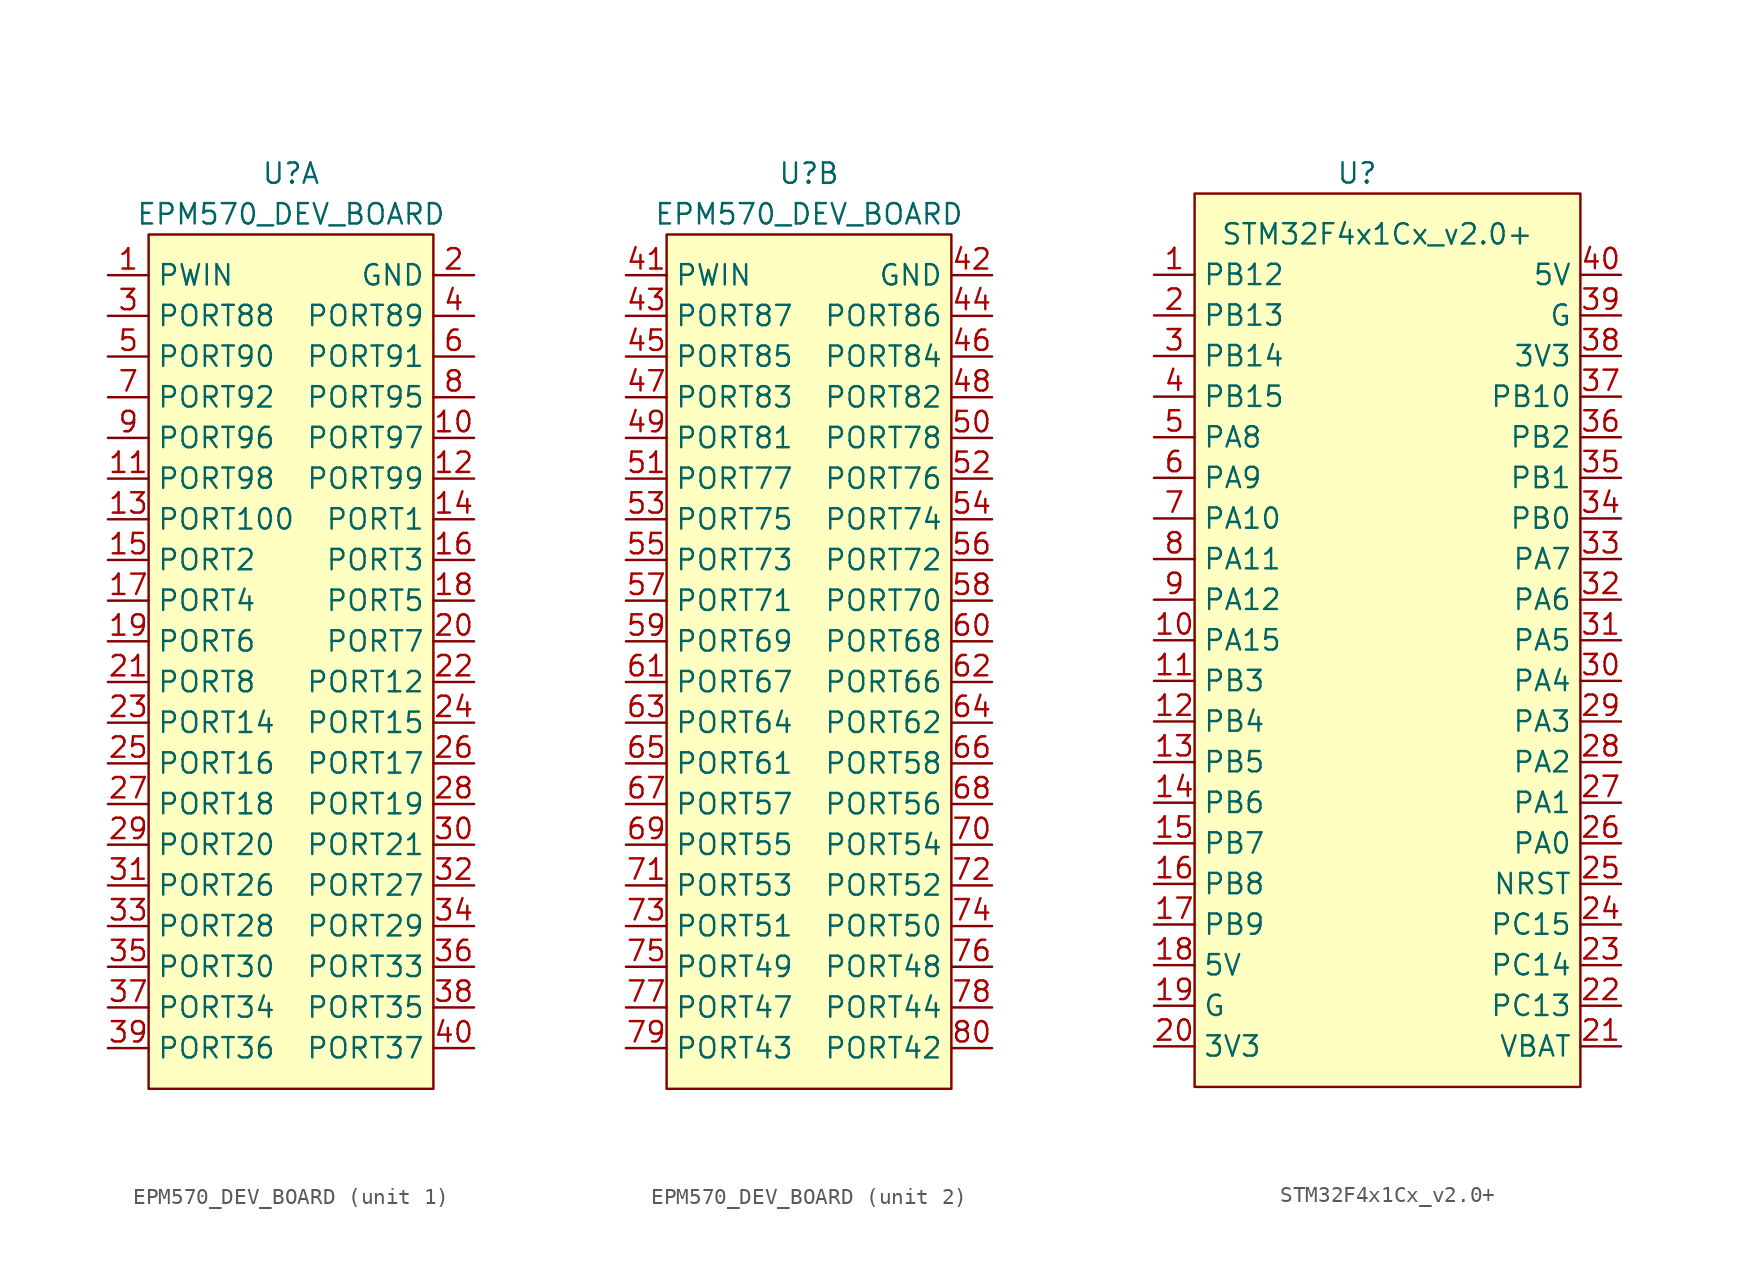
<source format=kicad_sym>
(kicad_symbol_lib
  (version 20211014)
  (generator kicad_symbol_editor)
  (symbol "EPM570_DEV_BOARD"
    (property "Reference" "U"
      (at 0 2.54 0)
      (effects (font (size 1.27 1.27))))
    (property "Value" "EPM570_DEV_BOARD"
      (at 0 0 0)
      (effects (font (size 1.27 1.27))))
    (symbol "EPM570_DEV_BOARD_0_1"
      (rectangle (start -8.89 -54.61) (end 8.89 -1.27) (stroke (width 0) (type default) (color 0 0 0 0)) (fill (type background))))
    (symbol "EPM570_DEV_BOARD_1_1"
      (pin power_in line (at -11.43 -3.81 0) (length 2.54) (name "PWIN" (effects (font (size 1.27 1.27)))) (number "1" (effects (font (size 1.27 1.27)))))
      (pin bidirectional line (at 11.43 -13.97 180) (length 2.54) (name "PORT97" (effects (font (size 1.27 1.27)))) (number "10" (effects (font (size 1.27 1.27)))))
      (pin bidirectional line (at -11.43 -16.51 0) (length 2.54) (name "PORT98" (effects (font (size 1.27 1.27)))) (number "11" (effects (font (size 1.27 1.27)))))
      (pin bidirectional line (at 11.43 -16.51 180) (length 2.54) (name "PORT99" (effects (font (size 1.27 1.27)))) (number "12" (effects (font (size 1.27 1.27)))))
      (pin bidirectional line (at -11.43 -19.05 0) (length 2.54) (name "PORT100" (effects (font (size 1.27 1.27)))) (number "13" (effects (font (size 1.27 1.27)))))
      (pin bidirectional line (at 11.43 -19.05 180) (length 2.54) (name "PORT1" (effects (font (size 1.27 1.27)))) (number "14" (effects (font (size 1.27 1.27)))))
      (pin bidirectional line (at -11.43 -21.59 0) (length 2.54) (name "PORT2" (effects (font (size 1.27 1.27)))) (number "15" (effects (font (size 1.27 1.27)))))
      (pin bidirectional line (at 11.43 -21.59 180) (length 2.54) (name "PORT3" (effects (font (size 1.27 1.27)))) (number "16" (effects (font (size 1.27 1.27)))))
      (pin bidirectional line (at -11.43 -24.13 0) (length 2.54) (name "PORT4" (effects (font (size 1.27 1.27)))) (number "17" (effects (font (size 1.27 1.27)))))
      (pin bidirectional line (at 11.43 -24.13 180) (length 2.54) (name "PORT5" (effects (font (size 1.27 1.27)))) (number "18" (effects (font (size 1.27 1.27)))))
      (pin bidirectional line (at -11.43 -26.67 0) (length 2.54) (name "PORT6" (effects (font (size 1.27 1.27)))) (number "19" (effects (font (size 1.27 1.27)))))
      (pin passive line (at 11.43 -3.81 180) (length 2.54) (name "GND" (effects (font (size 1.27 1.27)))) (number "2" (effects (font (size 1.27 1.27)))))
      (pin bidirectional line (at 11.43 -26.67 180) (length 2.54) (name "PORT7" (effects (font (size 1.27 1.27)))) (number "20" (effects (font (size 1.27 1.27)))))
      (pin bidirectional line (at -11.43 -29.21 0) (length 2.54) (name "PORT8" (effects (font (size 1.27 1.27)))) (number "21" (effects (font (size 1.27 1.27)))))
      (pin bidirectional line (at 11.43 -29.21 180) (length 2.54) (name "PORT12" (effects (font (size 1.27 1.27)))) (number "22" (effects (font (size 1.27 1.27)))))
      (pin bidirectional line (at -11.43 -31.75 0) (length 2.54) (name "PORT14" (effects (font (size 1.27 1.27)))) (number "23" (effects (font (size 1.27 1.27)))))
      (pin bidirectional line (at 11.43 -31.75 180) (length 2.54) (name "PORT15" (effects (font (size 1.27 1.27)))) (number "24" (effects (font (size 1.27 1.27)))))
      (pin bidirectional line (at -11.43 -34.29 0) (length 2.54) (name "PORT16" (effects (font (size 1.27 1.27)))) (number "25" (effects (font (size 1.27 1.27)))))
      (pin bidirectional line (at 11.43 -34.29 180) (length 2.54) (name "PORT17" (effects (font (size 1.27 1.27)))) (number "26" (effects (font (size 1.27 1.27)))))
      (pin bidirectional line (at -11.43 -36.83 0) (length 2.54) (name "PORT18" (effects (font (size 1.27 1.27)))) (number "27" (effects (font (size 1.27 1.27)))))
      (pin bidirectional line (at 11.43 -36.83 180) (length 2.54) (name "PORT19" (effects (font (size 1.27 1.27)))) (number "28" (effects (font (size 1.27 1.27)))))
      (pin bidirectional line (at -11.43 -39.37 0) (length 2.54) (name "PORT20" (effects (font (size 1.27 1.27)))) (number "29" (effects (font (size 1.27 1.27)))))
      (pin bidirectional line (at -11.43 -6.35 0) (length 2.54) (name "PORT88" (effects (font (size 1.27 1.27)))) (number "3" (effects (font (size 1.27 1.27)))))
      (pin bidirectional line (at 11.43 -39.37 180) (length 2.54) (name "PORT21" (effects (font (size 1.27 1.27)))) (number "30" (effects (font (size 1.27 1.27)))))
      (pin bidirectional line (at -11.43 -41.91 0) (length 2.54) (name "PORT26" (effects (font (size 1.27 1.27)))) (number "31" (effects (font (size 1.27 1.27)))))
      (pin bidirectional line (at 11.43 -41.91 180) (length 2.54) (name "PORT27" (effects (font (size 1.27 1.27)))) (number "32" (effects (font (size 1.27 1.27)))))
      (pin bidirectional line (at -11.43 -44.45 0) (length 2.54) (name "PORT28" (effects (font (size 1.27 1.27)))) (number "33" (effects (font (size 1.27 1.27)))))
      (pin bidirectional line (at 11.43 -44.45 180) (length 2.54) (name "PORT29" (effects (font (size 1.27 1.27)))) (number "34" (effects (font (size 1.27 1.27)))))
      (pin bidirectional line (at -11.43 -46.99 0) (length 2.54) (name "PORT30" (effects (font (size 1.27 1.27)))) (number "35" (effects (font (size 1.27 1.27)))))
      (pin bidirectional line (at 11.43 -46.99 180) (length 2.54) (name "PORT33" (effects (font (size 1.27 1.27)))) (number "36" (effects (font (size 1.27 1.27)))))
      (pin bidirectional line (at -11.43 -49.53 0) (length 2.54) (name "PORT34" (effects (font (size 1.27 1.27)))) (number "37" (effects (font (size 1.27 1.27)))))
      (pin bidirectional line (at 11.43 -49.53 180) (length 2.54) (name "PORT35" (effects (font (size 1.27 1.27)))) (number "38" (effects (font (size 1.27 1.27)))))
      (pin bidirectional line (at -11.43 -52.07 0) (length 2.54) (name "PORT36" (effects (font (size 1.27 1.27)))) (number "39" (effects (font (size 1.27 1.27)))))
      (pin bidirectional line (at 11.43 -6.35 180) (length 2.54) (name "PORT89" (effects (font (size 1.27 1.27)))) (number "4" (effects (font (size 1.27 1.27)))))
      (pin bidirectional line (at 11.43 -52.07 180) (length 2.54) (name "PORT37" (effects (font (size 1.27 1.27)))) (number "40" (effects (font (size 1.27 1.27)))))
      (pin bidirectional line (at -11.43 -8.89 0) (length 2.54) (name "PORT90" (effects (font (size 1.27 1.27)))) (number "5" (effects (font (size 1.27 1.27)))))
      (pin bidirectional line (at 11.43 -8.89 180) (length 2.54) (name "PORT91" (effects (font (size 1.27 1.27)))) (number "6" (effects (font (size 1.27 1.27)))))
      (pin bidirectional line (at -11.43 -11.43 0) (length 2.54) (name "PORT92" (effects (font (size 1.27 1.27)))) (number "7" (effects (font (size 1.27 1.27)))))
      (pin bidirectional line (at 11.43 -11.43 180) (length 2.54) (name "PORT95" (effects (font (size 1.27 1.27)))) (number "8" (effects (font (size 1.27 1.27)))))
      (pin bidirectional line (at -11.43 -13.97 0) (length 2.54) (name "PORT96" (effects (font (size 1.27 1.27)))) (number "9" (effects (font (size 1.27 1.27))))))
    (symbol "EPM570_DEV_BOARD_2_1"
      (pin power_in line (at -11.43 -3.81 0) (length 2.54) (name "PWIN" (effects (font (size 1.27 1.27)))) (number "41" (effects (font (size 1.27 1.27)))))
      (pin passive line (at 11.43 -3.81 180) (length 2.54) (name "GND" (effects (font (size 1.27 1.27)))) (number "42" (effects (font (size 1.27 1.27)))))
      (pin bidirectional line (at -11.43 -6.35 0) (length 2.54) (name "PORT87" (effects (font (size 1.27 1.27)))) (number "43" (effects (font (size 1.27 1.27)))))
      (pin bidirectional line (at 11.43 -6.35 180) (length 2.54) (name "PORT86" (effects (font (size 1.27 1.27)))) (number "44" (effects (font (size 1.27 1.27)))))
      (pin bidirectional line (at -11.43 -8.89 0) (length 2.54) (name "PORT85" (effects (font (size 1.27 1.27)))) (number "45" (effects (font (size 1.27 1.27)))))
      (pin bidirectional line (at 11.43 -8.89 180) (length 2.54) (name "PORT84" (effects (font (size 1.27 1.27)))) (number "46" (effects (font (size 1.27 1.27)))))
      (pin bidirectional line (at -11.43 -11.43 0) (length 2.54) (name "PORT83" (effects (font (size 1.27 1.27)))) (number "47" (effects (font (size 1.27 1.27)))))
      (pin bidirectional line (at 11.43 -11.43 180) (length 2.54) (name "PORT82" (effects (font (size 1.27 1.27)))) (number "48" (effects (font (size 1.27 1.27)))))
      (pin bidirectional line (at -11.43 -13.97 0) (length 2.54) (name "PORT81" (effects (font (size 1.27 1.27)))) (number "49" (effects (font (size 1.27 1.27)))))
      (pin bidirectional line (at 11.43 -13.97 180) (length 2.54) (name "PORT78" (effects (font (size 1.27 1.27)))) (number "50" (effects (font (size 1.27 1.27)))))
      (pin bidirectional line (at -11.43 -16.51 0) (length 2.54) (name "PORT77" (effects (font (size 1.27 1.27)))) (number "51" (effects (font (size 1.27 1.27)))))
      (pin bidirectional line (at 11.43 -16.51 180) (length 2.54) (name "PORT76" (effects (font (size 1.27 1.27)))) (number "52" (effects (font (size 1.27 1.27)))))
      (pin bidirectional line (at -11.43 -19.05 0) (length 2.54) (name "PORT75" (effects (font (size 1.27 1.27)))) (number "53" (effects (font (size 1.27 1.27)))))
      (pin bidirectional line (at 11.43 -19.05 180) (length 2.54) (name "PORT74" (effects (font (size 1.27 1.27)))) (number "54" (effects (font (size 1.27 1.27)))))
      (pin bidirectional line (at -11.43 -21.59 0) (length 2.54) (name "PORT73" (effects (font (size 1.27 1.27)))) (number "55" (effects (font (size 1.27 1.27)))))
      (pin bidirectional line (at 11.43 -21.59 180) (length 2.54) (name "PORT72" (effects (font (size 1.27 1.27)))) (number "56" (effects (font (size 1.27 1.27)))))
      (pin bidirectional line (at -11.43 -24.13 0) (length 2.54) (name "PORT71" (effects (font (size 1.27 1.27)))) (number "57" (effects (font (size 1.27 1.27)))))
      (pin bidirectional line (at 11.43 -24.13 180) (length 2.54) (name "PORT70" (effects (font (size 1.27 1.27)))) (number "58" (effects (font (size 1.27 1.27)))))
      (pin bidirectional line (at -11.43 -26.67 0) (length 2.54) (name "PORT69" (effects (font (size 1.27 1.27)))) (number "59" (effects (font (size 1.27 1.27)))))
      (pin bidirectional line (at 11.43 -26.67 180) (length 2.54) (name "PORT68" (effects (font (size 1.27 1.27)))) (number "60" (effects (font (size 1.27 1.27)))))
      (pin bidirectional line (at -11.43 -29.21 0) (length 2.54) (name "PORT67" (effects (font (size 1.27 1.27)))) (number "61" (effects (font (size 1.27 1.27)))))
      (pin bidirectional line (at 11.43 -29.21 180) (length 2.54) (name "PORT66" (effects (font (size 1.27 1.27)))) (number "62" (effects (font (size 1.27 1.27)))))
      (pin bidirectional line (at -11.43 -31.75 0) (length 2.54) (name "PORT64" (effects (font (size 1.27 1.27)))) (number "63" (effects (font (size 1.27 1.27)))))
      (pin bidirectional line (at 11.43 -31.75 180) (length 2.54) (name "PORT62" (effects (font (size 1.27 1.27)))) (number "64" (effects (font (size 1.27 1.27)))))
      (pin bidirectional line (at -11.43 -34.29 0) (length 2.54) (name "PORT61" (effects (font (size 1.27 1.27)))) (number "65" (effects (font (size 1.27 1.27)))))
      (pin bidirectional line (at 11.43 -34.29 180) (length 2.54) (name "PORT58" (effects (font (size 1.27 1.27)))) (number "66" (effects (font (size 1.27 1.27)))))
      (pin bidirectional line (at -11.43 -36.83 0) (length 2.54) (name "PORT57" (effects (font (size 1.27 1.27)))) (number "67" (effects (font (size 1.27 1.27)))))
      (pin bidirectional line (at 11.43 -36.83 180) (length 2.54) (name "PORT56" (effects (font (size 1.27 1.27)))) (number "68" (effects (font (size 1.27 1.27)))))
      (pin bidirectional line (at -11.43 -39.37 0) (length 2.54) (name "PORT55" (effects (font (size 1.27 1.27)))) (number "69" (effects (font (size 1.27 1.27)))))
      (pin bidirectional line (at 11.43 -39.37 180) (length 2.54) (name "PORT54" (effects (font (size 1.27 1.27)))) (number "70" (effects (font (size 1.27 1.27)))))
      (pin bidirectional line (at -11.43 -41.91 0) (length 2.54) (name "PORT53" (effects (font (size 1.27 1.27)))) (number "71" (effects (font (size 1.27 1.27)))))
      (pin bidirectional line (at 11.43 -41.91 180) (length 2.54) (name "PORT52" (effects (font (size 1.27 1.27)))) (number "72" (effects (font (size 1.27 1.27)))))
      (pin bidirectional line (at -11.43 -44.45 0) (length 2.54) (name "PORT51" (effects (font (size 1.27 1.27)))) (number "73" (effects (font (size 1.27 1.27)))))
      (pin bidirectional line (at 11.43 -44.45 180) (length 2.54) (name "PORT50" (effects (font (size 1.27 1.27)))) (number "74" (effects (font (size 1.27 1.27)))))
      (pin bidirectional line (at -11.43 -46.99 0) (length 2.54) (name "PORT49" (effects (font (size 1.27 1.27)))) (number "75" (effects (font (size 1.27 1.27)))))
      (pin bidirectional line (at 11.43 -46.99 180) (length 2.54) (name "PORT48" (effects (font (size 1.27 1.27)))) (number "76" (effects (font (size 1.27 1.27)))))
      (pin bidirectional line (at -11.43 -49.53 0) (length 2.54) (name "PORT47" (effects (font (size 1.27 1.27)))) (number "77" (effects (font (size 1.27 1.27)))))
      (pin bidirectional line (at 11.43 -49.53 180) (length 2.54) (name "PORT44" (effects (font (size 1.27 1.27)))) (number "78" (effects (font (size 1.27 1.27)))))
      (pin bidirectional line (at -11.43 -52.07 0) (length 2.54) (name "PORT43" (effects (font (size 1.27 1.27)))) (number "79" (effects (font (size 1.27 1.27)))))
      (pin bidirectional line (at 11.43 -52.07 180) (length 2.54) (name "PORT42" (effects (font (size 1.27 1.27)))) (number "80" (effects (font (size 1.27 1.27)))))))
  (symbol "STM32F4x1Cx_v2.0+"
    (property "Reference" "U"
      (at 0 2.54 0)
      (effects (font (size 1.27 1.27))))
    (property "Value" "STM32F4x1Cx_v2.0+"
      (at 1.27 -1.27 0)
      (effects (font (size 1.27 1.27))))
    (symbol "STM32F4x1Cx_v2.0+_0_1"
      (rectangle (start -10.16 1.27) (end 13.97 -54.61) (stroke (width 0) (type default) (color 0 0 0 0)) (fill (type background))))
    (symbol "STM32F4x1Cx_v2.0+_1_1"
      (pin bidirectional line (at -12.7 -3.81 0) (length 2.54) (name "PB12" (effects (font (size 1.27 1.27)))) (number "1" (effects (font (size 1.27 1.27)))))
      (pin bidirectional line (at -12.7 -26.67 0) (length 2.54) (name "PA15" (effects (font (size 1.27 1.27)))) (number "10" (effects (font (size 1.27 1.27)))))
      (pin bidirectional line (at -12.7 -29.21 0) (length 2.54) (name "PB3" (effects (font (size 1.27 1.27)))) (number "11" (effects (font (size 1.27 1.27)))))
      (pin bidirectional line (at -12.7 -31.75 0) (length 2.54) (name "PB4" (effects (font (size 1.27 1.27)))) (number "12" (effects (font (size 1.27 1.27)))))
      (pin bidirectional line (at -12.7 -34.29 0) (length 2.54) (name "PB5" (effects (font (size 1.27 1.27)))) (number "13" (effects (font (size 1.27 1.27)))))
      (pin bidirectional line (at -12.7 -36.83 0) (length 2.54) (name "PB6" (effects (font (size 1.27 1.27)))) (number "14" (effects (font (size 1.27 1.27)))))
      (pin bidirectional line (at -12.7 -39.37 0) (length 2.54) (name "PB7" (effects (font (size 1.27 1.27)))) (number "15" (effects (font (size 1.27 1.27)))))
      (pin bidirectional line (at -12.7 -41.91 0) (length 2.54) (name "PB8" (effects (font (size 1.27 1.27)))) (number "16" (effects (font (size 1.27 1.27)))))
      (pin bidirectional line (at -12.7 -44.45 0) (length 2.54) (name "PB9" (effects (font (size 1.27 1.27)))) (number "17" (effects (font (size 1.27 1.27)))))
      (pin power_out line (at -12.7 -46.99 0) (length 2.54) (name "5V" (effects (font (size 1.27 1.27)))) (number "18" (effects (font (size 1.27 1.27)))))
      (pin passive line (at -12.7 -49.53 0) (length 2.54) (name "G" (effects (font (size 1.27 1.27)))) (number "19" (effects (font (size 1.27 1.27)))))
      (pin bidirectional line (at -12.7 -6.35 0) (length 2.54) (name "PB13" (effects (font (size 1.27 1.27)))) (number "2" (effects (font (size 1.27 1.27)))))
      (pin power_out line (at -12.7 -52.07 0) (length 2.54) (name "3V3" (effects (font (size 1.27 1.27)))) (number "20" (effects (font (size 1.27 1.27)))))
      (pin input line (at 16.51 -52.07 180) (length 2.54) (name "VBAT" (effects (font (size 1.27 1.27)))) (number "21" (effects (font (size 1.27 1.27)))))
      (pin bidirectional line (at 16.51 -49.53 180) (length 2.54) (name "PC13" (effects (font (size 1.27 1.27)))) (number "22" (effects (font (size 1.27 1.27)))))
      (pin bidirectional line (at 16.51 -46.99 180) (length 2.54) (name "PC14" (effects (font (size 1.27 1.27)))) (number "23" (effects (font (size 1.27 1.27)))))
      (pin bidirectional line (at 16.51 -44.45 180) (length 2.54) (name "PC15" (effects (font (size 1.27 1.27)))) (number "24" (effects (font (size 1.27 1.27)))))
      (pin bidirectional line (at 16.51 -41.91 180) (length 2.54) (name "NRST" (effects (font (size 1.27 1.27)))) (number "25" (effects (font (size 1.27 1.27)))))
      (pin bidirectional line (at 16.51 -39.37 180) (length 2.54) (name "PA0" (effects (font (size 1.27 1.27)))) (number "26" (effects (font (size 1.27 1.27)))))
      (pin bidirectional line (at 16.51 -36.83 180) (length 2.54) (name "PA1" (effects (font (size 1.27 1.27)))) (number "27" (effects (font (size 1.27 1.27)))))
      (pin bidirectional line (at 16.51 -34.29 180) (length 2.54) (name "PA2" (effects (font (size 1.27 1.27)))) (number "28" (effects (font (size 1.27 1.27)))))
      (pin bidirectional line (at 16.51 -31.75 180) (length 2.54) (name "PA3" (effects (font (size 1.27 1.27)))) (number "29" (effects (font (size 1.27 1.27)))))
      (pin bidirectional line (at -12.7 -8.89 0) (length 2.54) (name "PB14" (effects (font (size 1.27 1.27)))) (number "3" (effects (font (size 1.27 1.27)))))
      (pin bidirectional line (at 16.51 -29.21 180) (length 2.54) (name "PA4" (effects (font (size 1.27 1.27)))) (number "30" (effects (font (size 1.27 1.27)))))
      (pin bidirectional line (at 16.51 -26.67 180) (length 2.54) (name "PA5" (effects (font (size 1.27 1.27)))) (number "31" (effects (font (size 1.27 1.27)))))
      (pin bidirectional line (at 16.51 -24.13 180) (length 2.54) (name "PA6" (effects (font (size 1.27 1.27)))) (number "32" (effects (font (size 1.27 1.27)))))
      (pin bidirectional line (at 16.51 -21.59 180) (length 2.54) (name "PA7" (effects (font (size 1.27 1.27)))) (number "33" (effects (font (size 1.27 1.27)))))
      (pin bidirectional line (at 16.51 -19.05 180) (length 2.54) (name "PB0" (effects (font (size 1.27 1.27)))) (number "34" (effects (font (size 1.27 1.27)))))
      (pin bidirectional line (at 16.51 -16.51 180) (length 2.54) (name "PB1" (effects (font (size 1.27 1.27)))) (number "35" (effects (font (size 1.27 1.27)))))
      (pin bidirectional line (at 16.51 -13.97 180) (length 2.54) (name "PB2" (effects (font (size 1.27 1.27)))) (number "36" (effects (font (size 1.27 1.27)))))
      (pin bidirectional line (at 16.51 -11.43 180) (length 2.54) (name "PB10" (effects (font (size 1.27 1.27)))) (number "37" (effects (font (size 1.27 1.27)))))
      (pin power_out line (at 16.51 -8.89 180) (length 2.54) (name "3V3" (effects (font (size 1.27 1.27)))) (number "38" (effects (font (size 1.27 1.27)))))
      (pin passive line (at 16.51 -6.35 180) (length 2.54) (name "G" (effects (font (size 1.27 1.27)))) (number "39" (effects (font (size 1.27 1.27)))))
      (pin bidirectional line (at -12.7 -11.43 0) (length 2.54) (name "PB15" (effects (font (size 1.27 1.27)))) (number "4" (effects (font (size 1.27 1.27)))))
      (pin power_out line (at 16.51 -3.81 180) (length 2.54) (name "5V" (effects (font (size 1.27 1.27)))) (number "40" (effects (font (size 1.27 1.27)))))
      (pin bidirectional line (at -12.7 -13.97 0) (length 2.54) (name "PA8" (effects (font (size 1.27 1.27)))) (number "5" (effects (font (size 1.27 1.27)))))
      (pin bidirectional line (at -12.7 -16.51 0) (length 2.54) (name "PA9" (effects (font (size 1.27 1.27)))) (number "6" (effects (font (size 1.27 1.27)))))
      (pin bidirectional line (at -12.7 -19.05 0) (length 2.54) (name "PA10" (effects (font (size 1.27 1.27)))) (number "7" (effects (font (size 1.27 1.27)))))
      (pin bidirectional line (at -12.7 -21.59 0) (length 2.54) (name "PA11" (effects (font (size 1.27 1.27)))) (number "8" (effects (font (size 1.27 1.27)))))
      (pin bidirectional line (at -12.7 -24.13 0) (length 2.54) (name "PA12" (effects (font (size 1.27 1.27)))) (number "9" (effects (font (size 1.27 1.27))))))))
</source>
